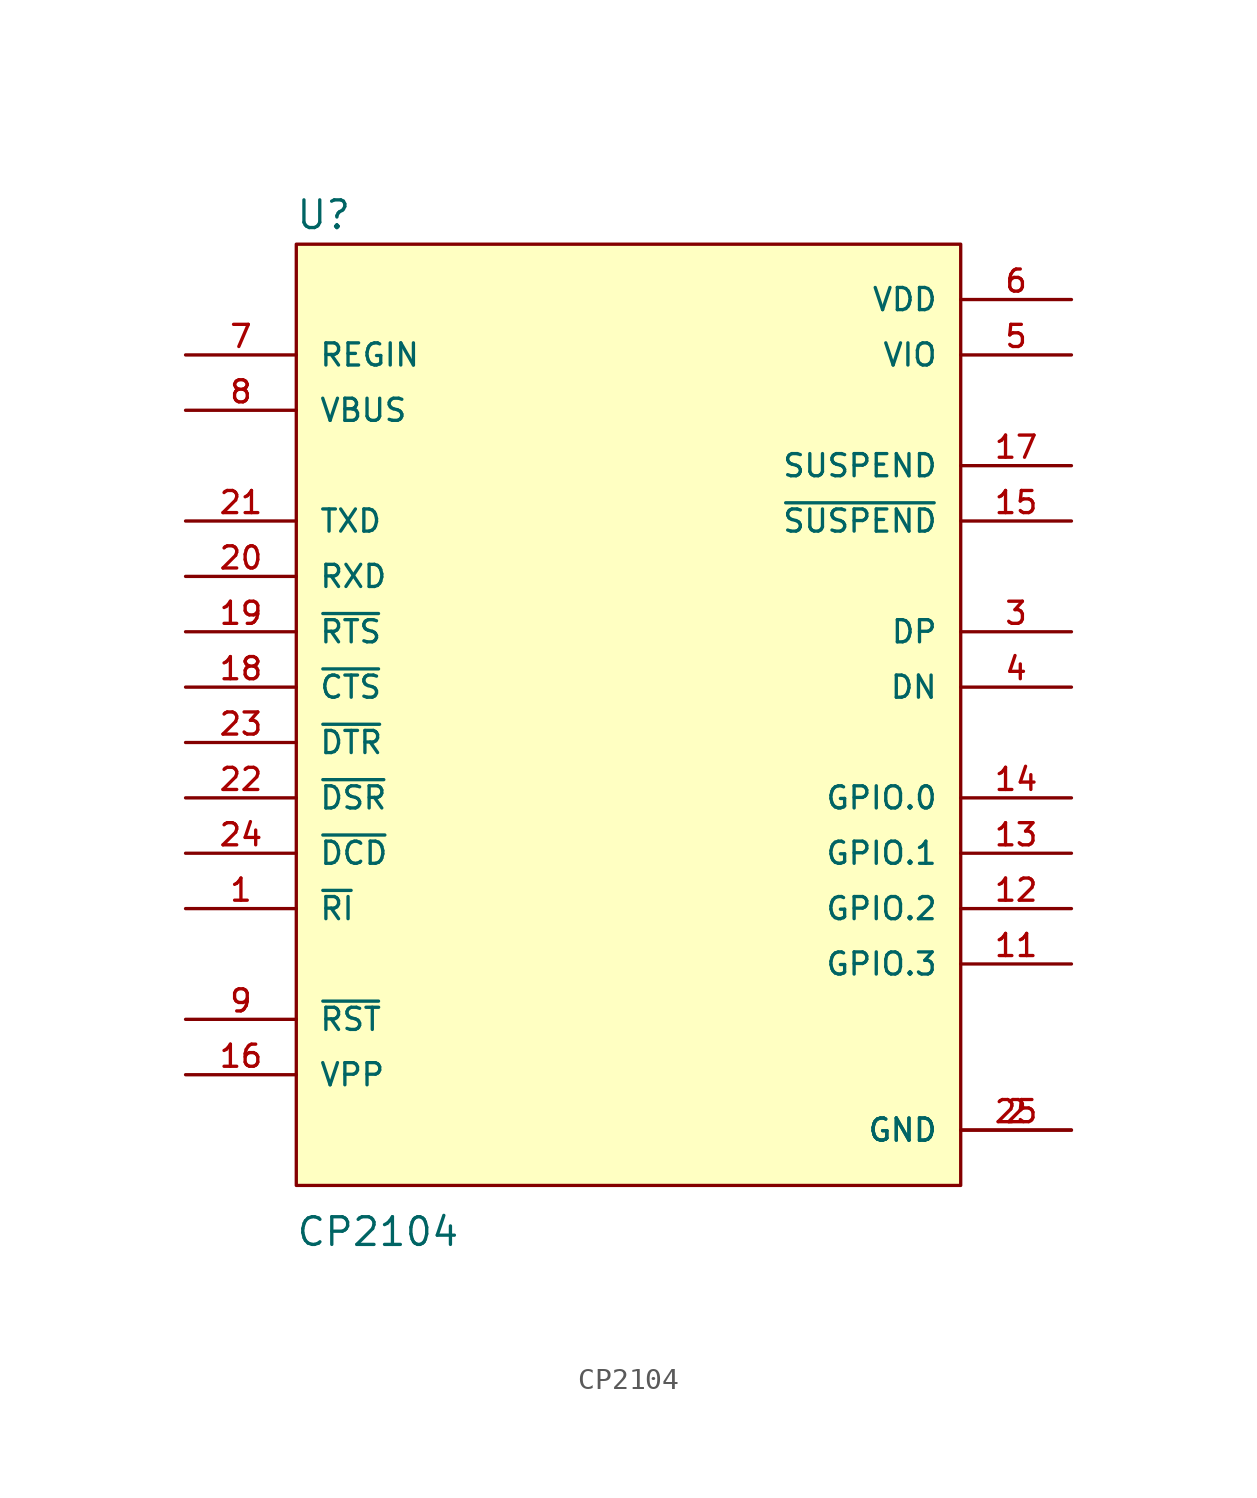
<source format=kicad_sym>
(kicad_symbol_lib
  (version 20211014)
  (generator kicad_symbol_editor)
  (symbol "CP2104"
    (pin_names
      (offset 1.016))
    (property "Reference" "U"
      (at -15.292 23.46 0)
      (effects (font (size 1.27 1.27)) (justify bottom left)))
    (property "Value" "CP2104"
      (at -15.284 -23.188 0)
      (effects (font (size 1.27 1.27)) (justify bottom left)))
    (symbol "CP2104_0_0"
      (rectangle (start -15.24 -20.32) (end 15.24 22.86) (stroke (width 0.152)) (fill (type background)))
      (pin power_in line (at 20.32 20.32 180.0) (length 5.08) (name "VDD" (effects (font (size 1.016 1.016)))) (number "6" (effects (font (size 1.016 1.016)))))
      (pin power_in line (at 20.32 17.78 180.0) (length 5.08) (name "VIO" (effects (font (size 1.016 1.016)))) (number "5" (effects (font (size 1.016 1.016)))))
      (pin power_in line (at 20.32 -17.78 180.0) (length 5.08) (name "GND" (effects (font (size 1.016 1.016)))) (number "2" (effects (font (size 1.016 1.016)))))
      (pin power_in line (at 20.32 -17.78 180.0) (length 5.08) (name "GND" (effects (font (size 1.016 1.016)))) (number "25" (effects (font (size 1.016 1.016)))))
      (pin bidirectional line (at 20.32 -7.62 180.0) (length 5.08) (name "GPIO.2" (effects (font (size 1.016 1.016)))) (number "12" (effects (font (size 1.016 1.016)))))
      (pin input line (at -20.32 17.78 0) (length 5.08) (name "REGIN" (effects (font (size 1.016 1.016)))) (number "7" (effects (font (size 1.016 1.016)))))
      (pin input line (at -20.32 15.24 0) (length 5.08) (name "VBUS" (effects (font (size 1.016 1.016)))) (number "8" (effects (font (size 1.016 1.016)))))
      (pin passive line (at -20.32 -15.24 0) (length 5.08) (name "VPP" (effects (font (size 1.016 1.016)))) (number "16" (effects (font (size 1.016 1.016)))))
      (pin bidirectional line (at 20.32 -5.08 180.0) (length 5.08) (name "GPIO.1" (effects (font (size 1.016 1.016)))) (number "13" (effects (font (size 1.016 1.016)))))
      (pin bidirectional line (at 20.32 -2.54 180.0) (length 5.08) (name "GPIO.0" (effects (font (size 1.016 1.016)))) (number "14" (effects (font (size 1.016 1.016)))))
      (pin output line (at -20.32 10.16 0) (length 5.08) (name "TXD" (effects (font (size 1.016 1.016)))) (number "21" (effects (font (size 1.016 1.016)))))
      (pin input line (at -20.32 7.62 0) (length 5.08) (name "RXD" (effects (font (size 1.016 1.016)))) (number "20" (effects (font (size 1.016 1.016)))))
      (pin input line (at -20.32 2.54 0) (length 5.08) (name "~{CTS}" (effects (font (size 1.016 1.016)))) (number "18" (effects (font (size 1.016 1.016)))))
      (pin output line (at -20.32 5.08 0) (length 5.08) (name "~{RTS}" (effects (font (size 1.016 1.016)))) (number "19" (effects (font (size 1.016 1.016)))))
      (pin input line (at -20.32 -2.54 0) (length 5.08) (name "~{DSR}" (effects (font (size 1.016 1.016)))) (number "22" (effects (font (size 1.016 1.016)))))
      (pin input line (at -20.32 -5.08 0) (length 5.08) (name "~{DCD}" (effects (font (size 1.016 1.016)))) (number "24" (effects (font (size 1.016 1.016)))))
      (pin bidirectional line (at 20.32 2.54 180.0) (length 5.08) (name "DN" (effects (font (size 1.016 1.016)))) (number "4" (effects (font (size 1.016 1.016)))))
      (pin bidirectional line (at 20.32 -10.16 180.0) (length 5.08) (name "GPIO.3" (effects (font (size 1.016 1.016)))) (number "11" (effects (font (size 1.016 1.016)))))
      (pin output line (at -20.32 0.0 0) (length 5.08) (name "~{DTR}" (effects (font (size 1.016 1.016)))) (number "23" (effects (font (size 1.016 1.016)))))
      (pin output line (at 20.32 12.7 180.0) (length 5.08) (name "SUSPEND" (effects (font (size 1.016 1.016)))) (number "17" (effects (font (size 1.016 1.016)))))
      (pin output line (at 20.32 10.16 180.0) (length 5.08) (name "~{SUSPEND}" (effects (font (size 1.016 1.016)))) (number "15" (effects (font (size 1.016 1.016)))))
      (pin bidirectional line (at 20.32 5.08 180.0) (length 5.08) (name "DP" (effects (font (size 1.016 1.016)))) (number "3" (effects (font (size 1.016 1.016)))))
      (pin bidirectional line (at -20.32 -12.7 0) (length 5.08) (name "~{RST}" (effects (font (size 1.016 1.016)))) (number "9" (effects (font (size 1.016 1.016)))))
      (pin input line (at -20.32 -7.62 0) (length 5.08) (name "~{RI}" (effects (font (size 1.016 1.016)))) (number "1" (effects (font (size 1.016 1.016))))))))
</source>
